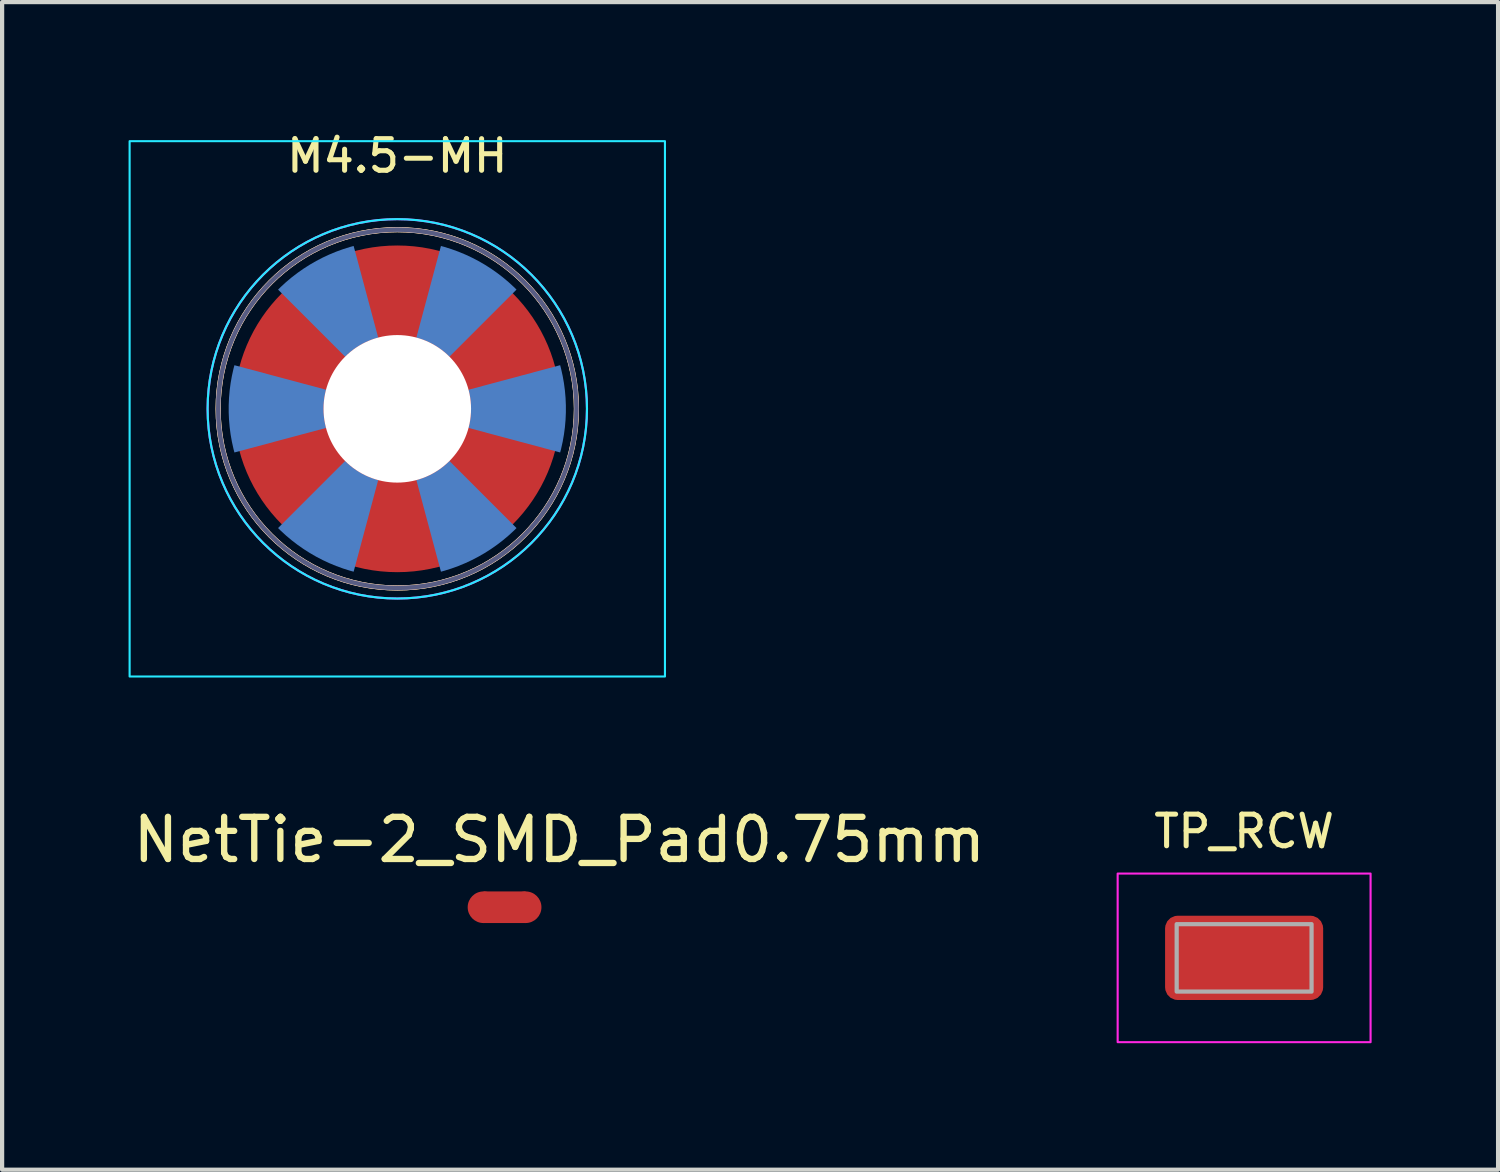
<source format=kicad_pcb>
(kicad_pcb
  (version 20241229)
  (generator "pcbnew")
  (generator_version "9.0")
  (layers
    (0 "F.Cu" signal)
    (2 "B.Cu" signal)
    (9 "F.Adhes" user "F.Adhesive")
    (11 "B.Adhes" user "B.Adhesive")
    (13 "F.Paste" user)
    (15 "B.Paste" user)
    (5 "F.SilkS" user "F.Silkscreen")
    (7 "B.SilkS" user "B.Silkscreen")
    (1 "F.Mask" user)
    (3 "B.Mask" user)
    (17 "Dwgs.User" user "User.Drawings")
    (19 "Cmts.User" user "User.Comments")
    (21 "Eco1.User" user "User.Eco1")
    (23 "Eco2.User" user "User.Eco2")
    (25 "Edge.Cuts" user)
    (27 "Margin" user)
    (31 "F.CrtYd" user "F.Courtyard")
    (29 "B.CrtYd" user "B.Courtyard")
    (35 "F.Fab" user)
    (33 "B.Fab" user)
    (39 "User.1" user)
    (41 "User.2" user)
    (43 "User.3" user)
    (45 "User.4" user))
  (footprint "M4.5-MH"
    (layer "F.Cu")
    (at 6.375 6.649)
    (property "Reference" "M4.5-MH" (at 0 -6 0) (unlocked yes) (layer "F.SilkS") (effects (font (size 0.75 0.75) (thickness 0.12))))
    (attr through_hole)
    (fp_circle (center 0 0) (end 0 -4.25) (stroke (width 0.12) (type solid)) (fill no) (layer "F.SilkS"))
    (fp_circle (center 0 0) (end 0 -4.25) (stroke (width 0.12) (type solid)) (fill no) (layer "B.SilkS"))
    (fp_rect (start -6.35 -6.35) (end 6.35 6.35) (stroke (width 0.05) (type solid)) (fill no) (layer "B.CrtYd"))
    (fp_circle (center 0 0) (end 0 -4.5) (stroke (width 0.05) (type solid)) (fill no) (layer "B.CrtYd"))
    (fp_circle (center 0 0) (end 0 -4.5) (stroke (width 0.05) (type default)) (fill no) (layer "F.CrtYd"))
    (fp_circle (center 0 0) (end 0 -4.25) (stroke (width 0.1) (type solid)) (fill no) (layer "B.Fab"))
    (fp_circle (center 0 0) (end 0 -4.25) (stroke (width 0.1) (type default)) (fill no) (layer "F.Fab"))
    (pad "" np_thru_hole circle (at 0 0) (size 3.5 3.5) (drill 3.5) (layers "*.Cu" "*.Mask"))
    (pad "1" smd custom (at -2 0 90) (size 0.25 0.25) (layers "B.Cu" "B.Mask" "B.Paste") (options (anchor circle)) (primitives (gr_poly (pts (arc (start -0.452934 0.309631) (mid -0.000001 0.250001) (end 0.452934 0.309631)) (xy 1.035 -1.864) (arc (start 1.035272 -1.863704) (mid -0.000004 -2) (end -1.03528 -1.863702))) (width 0) (fill yes))))
    (pad "1" smd custom (at -1 -1.732 30) (size 0.25 0.25) (layers "B.Cu" "B.Mask" "B.Paste") (options (anchor circle)) (primitives (gr_poly (pts (arc (start -0.452934 0.309631) (mid -0.000001 0.250001) (end 0.452934 0.309631)) (xy 1.035 -1.864) (arc (start 1.035272 -1.863704) (mid -0.000004 -2) (end -1.03528 -1.863702))) (width 0) (fill yes))))
    (pad "1" smd custom (at -1 1.732 150) (size 0.25 0.25) (layers "B.Cu" "B.Mask" "B.Paste") (options (anchor circle)) (primitives (gr_poly (pts (arc (start 0.452934 0.309631) (mid 0.000001 0.250001) (end -0.452934 0.309631)) (xy -1.035 -1.864) (arc (start -1.035272 -1.863704) (mid 0.000004 -2) (end 1.03528 -1.863702))) (width 0) (fill yes))))
    (pad "1" smd circle (at 0 0 90) (size 7.75 7.75) (layers "F.Cu" "F.Mask"))
    (pad "1" smd custom (at 1 -1.732 330) (size 0.25 0.25) (layers "B.Cu" "B.Mask" "B.Paste") (options (anchor circle)) (primitives (gr_poly (pts (arc (start 0.452934 0.309631) (mid 0.000001 0.250001) (end -0.452934 0.309631)) (xy -1.035 -1.864) (arc (start -1.035272 -1.863704) (mid 0.000004 -2) (end 1.03528 -1.863702))) (width 0) (fill yes))))
    (pad "1" smd custom (at 1 1.732 210) (size 0.25 0.25) (layers "B.Cu" "B.Mask" "B.Paste") (options (anchor circle)) (primitives (gr_poly (pts (arc (start -0.452934 0.309631) (mid -0.000001 0.250001) (end 0.452934 0.309631)) (xy 1.035 -1.864) (arc (start 1.035272 -1.863704) (mid -0.000004 -2) (end -1.03528 -1.863702))) (width 0) (fill yes))))
    (pad "1" smd custom (at 2 0 270) (size 0.25 0.25) (layers "B.Cu" "B.Mask" "B.Paste") (options (anchor circle)) (primitives (gr_poly (pts (arc (start -0.452934 0.309631) (mid -0.000001 0.250001) (end 0.452934 0.309631)) (xy 1.035 -1.864) (arc (start 1.035272 -1.863704) (mid -0.000004 -2) (end -1.03528 -1.863702))) (width 0) (fill yes)))))
  (footprint "NetTie-2_SMD_Pad0.75mm"
    (layer "F.Cu")
    (at 8.92 18.473)
    (property "Reference" "NetTie-2_SMD_Pad0.75mm" (at 1.3 -1.6 0) (layer "F.SilkS") (effects (font (size 1 1) (thickness 0.15))))
    (attr exclude_from_pos_files exclude_from_bom)
    (fp_poly (pts (xy -0.5 -0.375) (xy 0.5 -0.375) (xy 0.5 0.375) (xy -0.5 0.375)) (stroke (width 0) (type solid)) (fill yes) (layer "F.Cu"))
    (pad "1" smd circle (at -0.5 0) (size 0.75 0.75) (layers "F.Cu" "F.Mask" "F.Paste"))
    (pad "2" smd circle (at 0.5 0) (size 0.75 0.75) (layers "F.Cu" "F.Mask" "F.Paste")))
  (footprint "TP_RCW"
    (layer "F.Cu")
    (at 26.465 19.674)
    (property "Reference" "TP_RCW" (at 0 -3 0) (unlocked yes) (layer "F.SilkS") (effects (font (size 0.75 0.75) (thickness 0.12))))
    (attr smd)
    (fp_rect (start -3 -2) (end 3 2) (stroke (width 0.05) (type default)) (fill no) (layer "F.CrtYd"))
    (fp_rect (start -1.6 -0.8) (end 1.6 0.8) (stroke (width 0.1) (type solid)) (fill no) (layer "F.Fab"))
    (pad "1" smd roundrect (at 0 0) (size 3.75 2) (layers "F.Cu" "F.Mask" "F.Paste") (roundrect_rratio 0.15)))
  (gr_rect
    (start -3 -3)
    (end 32.49 24.699)
    (stroke (width 0.1) (type default))
    (fill no)
    (layer "Edge.Cuts")))
</source>
